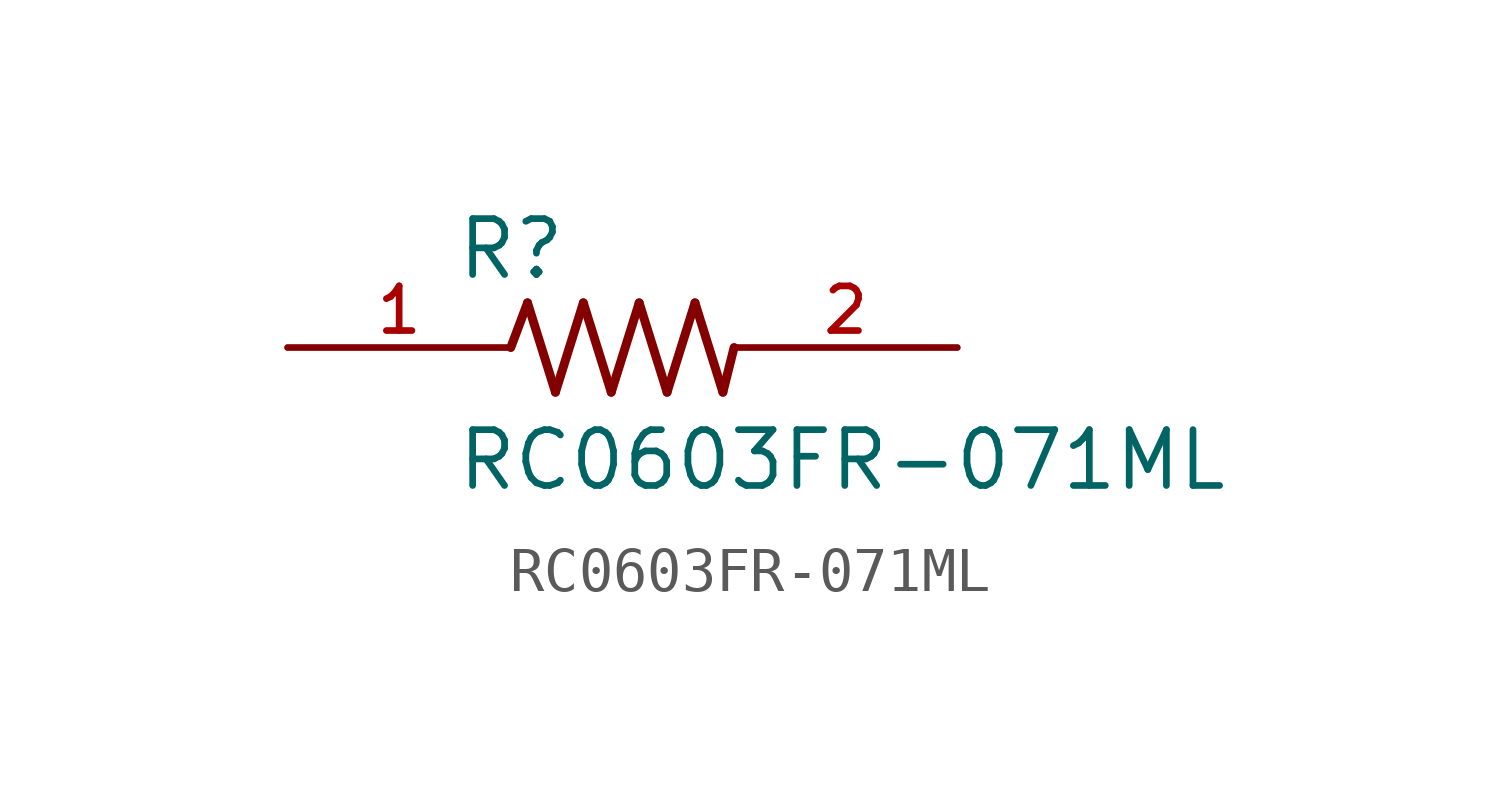
<source format=kicad_sym>
(kicad_symbol_lib
  (version 20211014)
  (generator kicad_symbol_editor)
  (symbol "RC0603FR-071ML"
    (pin_names
      (offset 1.016))
    (property "Reference" "R"
      (at -3.81 1.499 0)
      (effects (font (size 1.27 1.27)) (justify bottom left)))
    (property "Value" "RC0603FR-071ML"
      (at -3.81 -3.302 0)
      (effects (font (size 1.27 1.27)) (justify bottom left)))
    (symbol "RC0603FR-071ML_0_0"
      (polyline (pts (xy -2.54 0.0) (xy -2.159 1.016)) (stroke (width 0.203)))
      (polyline (pts (xy -2.159 1.016) (xy -1.524 -1.016)) (stroke (width 0.203)))
      (polyline (pts (xy -1.524 -1.016) (xy -0.889 1.016)) (stroke (width 0.203)))
      (polyline (pts (xy -0.889 1.016) (xy -0.254 -1.016)) (stroke (width 0.203)))
      (polyline (pts (xy -0.254 -1.016) (xy 0.381 1.016)) (stroke (width 0.203)))
      (polyline (pts (xy 0.381 1.016) (xy 1.016 -1.016)) (stroke (width 0.203)))
      (polyline (pts (xy 1.016 -1.016) (xy 1.651 1.016)) (stroke (width 0.203)))
      (polyline (pts (xy 1.651 1.016) (xy 2.286 -1.016)) (stroke (width 0.203)))
      (polyline (pts (xy 2.286 -1.016) (xy 2.54 0.0)) (stroke (width 0.203)))
      (pin passive line (at 7.62 0.0 180.0) (length 5.08) (name "~" (effects (font (size 1.016 1.016)))) (number "2" (effects (font (size 1.016 1.016)))))
      (pin passive line (at -7.62 0.0 0) (length 5.08) (name "~" (effects (font (size 1.016 1.016)))) (number "1" (effects (font (size 1.016 1.016))))))))
</source>
